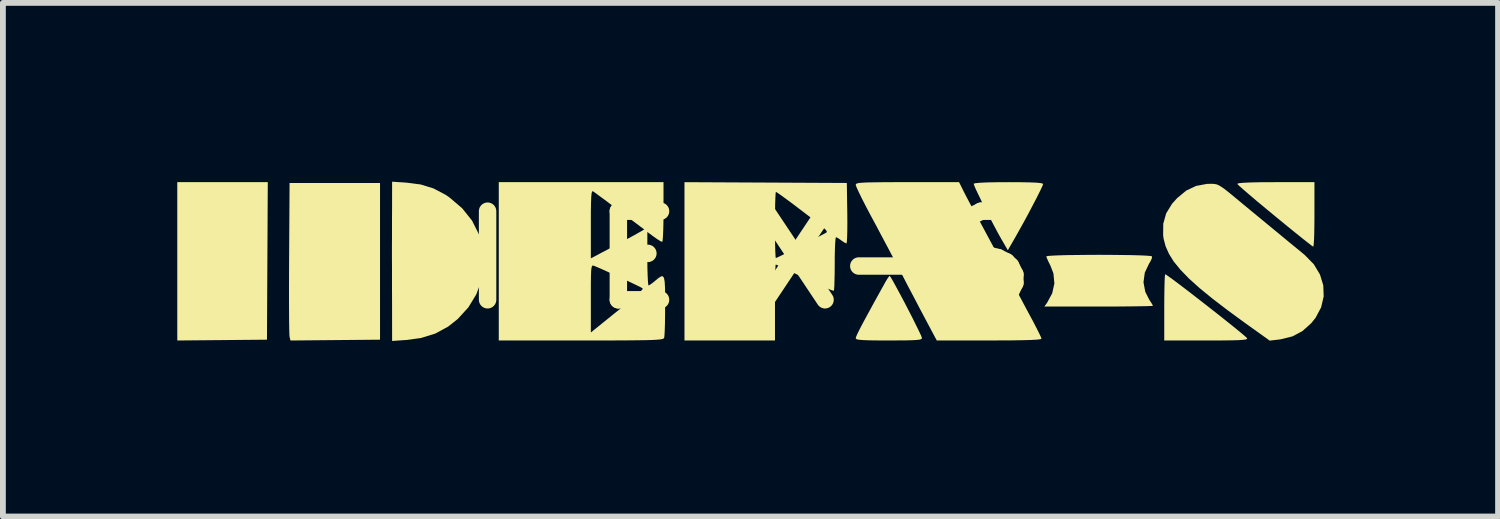
<source format=kicad_pcb>
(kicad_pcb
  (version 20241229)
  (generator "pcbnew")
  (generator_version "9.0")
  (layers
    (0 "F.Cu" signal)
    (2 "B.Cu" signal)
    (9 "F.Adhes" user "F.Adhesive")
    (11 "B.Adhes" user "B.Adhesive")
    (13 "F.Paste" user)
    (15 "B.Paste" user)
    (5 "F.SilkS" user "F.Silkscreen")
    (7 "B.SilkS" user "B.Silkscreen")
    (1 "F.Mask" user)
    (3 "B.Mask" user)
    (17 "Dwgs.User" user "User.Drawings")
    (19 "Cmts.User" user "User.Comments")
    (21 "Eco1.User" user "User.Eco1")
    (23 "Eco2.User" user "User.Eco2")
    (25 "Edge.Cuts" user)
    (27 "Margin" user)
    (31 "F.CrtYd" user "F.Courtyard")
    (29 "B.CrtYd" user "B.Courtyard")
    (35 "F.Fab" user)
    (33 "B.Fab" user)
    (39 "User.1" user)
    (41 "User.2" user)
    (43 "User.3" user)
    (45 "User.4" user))
  (footprint "IDEFX-S"
    (layer "F.Cu")
    (at 9.838 1.418)
    (property "Reference" "IDEFX-S" (at 0 0 0) (layer "F.SilkS") (effects (font (size 1.524 1.524) (thickness 0.3))))
    (attr board_only exclude_from_pos_files exclude_from_bom)
    (fp_poly (pts (xy -8.288 0.021) (xy -8.295 1.376) (xy -9.066 1.383) (xy -9.838 1.39) (xy -9.838 -1.334) (xy -8.281 -1.334)) (stroke (width 0) (type solid)) (fill yes) (layer "F.SilkS"))
    (fp_poly (pts (xy -6.35 1.376) (xy -7.121 1.383) (xy -7.891 1.39) (xy -7.906 1.327) (xy -7.909 1.287) (xy -7.912 1.198) (xy -7.914 1.064) (xy -7.915 0.892) (xy -7.916 0.688) (xy -7.916 0.457) (xy -7.915 0.206) (xy -7.914 -0.028) (xy -7.906 -1.32) (xy -6.35 -1.32)) (stroke (width 0) (type solid)) (fill yes) (layer "F.SilkS"))
    (fp_poly (pts (xy 9.726 -0.778) (xy 9.725 -0.609) (xy 9.723 -0.461) (xy 9.719 -0.342) (xy 9.713 -0.261) (xy 9.707 -0.225) (xy 9.706 -0.224) (xy 9.68 -0.241) (xy 9.616 -0.29) (xy 9.521 -0.365) (xy 9.4 -0.462) (xy 9.257 -0.578) (xy 9.1 -0.707) (xy 9.046 -0.751) (xy 8.885 -0.884) (xy 8.737 -1.007) (xy 8.61 -1.115) (xy 8.508 -1.203) (xy 8.436 -1.266) (xy 8.401 -1.301) (xy 8.398 -1.305) (xy 8.42 -1.315) (xy 8.495 -1.323) (xy 8.623 -1.329) (xy 8.805 -1.333) (xy 9.042 -1.334) (xy 9.057 -1.334) (xy 9.726 -1.334)) (stroke (width 0) (type solid)) (fill yes) (layer "F.SilkS"))
    (fp_poly (pts (xy 4.674 -1.333) (xy 4.835 -1.33) (xy 4.95 -1.325) (xy 5.022 -1.317) (xy 5.055 -1.307) (xy 5.058 -1.302) (xy 5.045 -1.265) (xy 5.009 -1.189) (xy 4.955 -1.081) (xy 4.887 -0.95) (xy 4.81 -0.803) (xy 4.727 -0.65) (xy 4.643 -0.499) (xy 4.576 -0.38) (xy 4.451 -0.163) (xy 4.341 -0.352) (xy 4.287 -0.448) (xy 4.223 -0.568) (xy 4.152 -0.703) (xy 4.08 -0.844) (xy 4.011 -0.982) (xy 3.951 -1.106) (xy 3.902 -1.208) (xy 3.872 -1.278) (xy 3.863 -1.306) (xy 3.89 -1.316) (xy 3.971 -1.324) (xy 4.103 -1.33) (xy 4.284 -1.333) (xy 4.46 -1.334)) (stroke (width 0) (type solid)) (fill yes) (layer "F.SilkS"))
    (fp_poly (pts (xy 7.187 0.267) (xy 7.252 0.313) (xy 7.348 0.384) (xy 7.468 0.475) (xy 7.605 0.58) (xy 7.753 0.695) (xy 7.906 0.814) (xy 8.058 0.933) (xy 8.2 1.046) (xy 8.329 1.149) (xy 8.436 1.236) (xy 8.515 1.302) (xy 8.56 1.343) (xy 8.568 1.351) (xy 8.567 1.363) (xy 8.545 1.372) (xy 8.497 1.379) (xy 8.418 1.384) (xy 8.301 1.387) (xy 8.141 1.389) (xy 7.932 1.389) (xy 7.866 1.389) (xy 7.142 1.389) (xy 7.142 0.82) (xy 7.143 0.649) (xy 7.145 0.498) (xy 7.148 0.376) (xy 7.152 0.292) (xy 7.157 0.252) (xy 7.158 0.25)) (stroke (width 0) (type solid)) (fill yes) (layer "F.SilkS"))
    (fp_poly (pts (xy -5.898 -1.326) (xy -5.649 -1.294) (xy -5.43 -1.226) (xy -5.224 -1.118) (xy -5.155 -1.071) (xy -4.937 -0.885) (xy -4.768 -0.674) (xy -4.649 -0.438) (xy -4.58 -0.18) (xy -4.578 -0.17) (xy -4.564 0.094) (xy -4.603 0.351) (xy -4.693 0.595) (xy -4.83 0.82) (xy -5.013 1.02) (xy -5.178 1.151) (xy -5.399 1.271) (xy -5.65 1.348) (xy -5.898 1.381) (xy -6.142 1.398) (xy -6.143 0.699) (xy -6.144 0.497) (xy -6.144 0.303) (xy -6.144 0.129) (xy -6.145 -0.016) (xy -6.145 -0.122) (xy -6.145 -0.167) (xy -6.145 -0.25) (xy -6.144 -0.376) (xy -6.144 -0.531) (xy -6.144 -0.703) (xy -6.143 -0.838) (xy -6.142 -1.342)) (stroke (width 0) (type solid)) (fill yes) (layer "F.SilkS"))
    (fp_poly (pts (xy 2.436 0.302) (xy 2.474 0.366) (xy 2.527 0.463) (xy 2.592 0.583) (xy 2.664 0.718) (xy 2.737 0.859) (xy 2.808 0.997) (xy 2.871 1.124) (xy 2.923 1.23) (xy 2.959 1.307) (xy 2.973 1.346) (xy 2.974 1.348) (xy 2.967 1.362) (xy 2.942 1.373) (xy 2.893 1.38) (xy 2.813 1.385) (xy 2.694 1.388) (xy 2.531 1.389) (xy 2.404 1.389) (xy 2.209 1.389) (xy 2.063 1.387) (xy 1.959 1.383) (xy 1.891 1.377) (xy 1.852 1.369) (xy 1.836 1.357) (xy 1.834 1.349) (xy 1.842 1.323) (xy 1.865 1.27) (xy 1.906 1.188) (xy 1.967 1.072) (xy 2.05 0.919) (xy 2.155 0.726) (xy 2.286 0.49) (xy 2.346 0.382) (xy 2.384 0.319) (xy 2.412 0.282) (xy 2.418 0.278)) (stroke (width 0) (type solid)) (fill yes) (layer "F.SilkS"))
    (fp_poly (pts (xy 6.215 -0.083) (xy 6.4 -0.081) (xy 6.57 -0.079) (xy 6.716 -0.075) (xy 6.831 -0.07) (xy 6.905 -0.064) (xy 6.932 -0.057) (xy 6.928 -0.021) (xy 6.898 0.041) (xy 6.88 0.069) (xy 6.807 0.223) (xy 6.785 0.388) (xy 6.815 0.551) (xy 6.88 0.681) (xy 6.921 0.745) (xy 6.945 0.786) (xy 6.947 0.793) (xy 6.921 0.796) (xy 6.845 0.799) (xy 6.726 0.801) (xy 6.571 0.803) (xy 6.386 0.805) (xy 6.178 0.806) (xy 6.013 0.806) (xy 5.079 0.806) (xy 5.125 0.743) (xy 5.214 0.579) (xy 5.252 0.408) (xy 5.235 0.235) (xy 5.183 0.1) (xy 5.144 0.022) (xy 5.118 -0.038) (xy 5.113 -0.057) (xy 5.14 -0.064) (xy 5.214 -0.07) (xy 5.328 -0.075) (xy 5.473 -0.079) (xy 5.643 -0.081) (xy 5.828 -0.083) (xy 6.021 -0.084)) (stroke (width 0) (type solid)) (fill yes) (layer "F.SilkS"))
    (fp_poly (pts (xy 8.001 -1.304) (xy 8.05 -1.294) (xy 8.101 -1.269) (xy 8.166 -1.226) (xy 8.254 -1.157) (xy 8.368 -1.063) (xy 8.497 -0.956) (xy 8.652 -0.828) (xy 8.817 -0.692) (xy 8.976 -0.561) (xy 9.033 -0.514) (xy 9.169 -0.402) (xy 9.302 -0.292) (xy 9.422 -0.194) (xy 9.518 -0.115) (xy 9.559 -0.081) (xy 9.715 0.078) (xy 9.821 0.255) (xy 9.878 0.441) (xy 9.885 0.632) (xy 9.841 0.82) (xy 9.745 1) (xy 9.671 1.092) (xy 9.518 1.229) (xy 9.348 1.319) (xy 9.147 1.369) (xy 9.112 1.374) (xy 8.956 1.392) (xy 8.542 1.096) (xy 8.233 0.87) (xy 7.969 0.668) (xy 7.748 0.487) (xy 7.565 0.322) (xy 7.419 0.171) (xy 7.305 0.031) (xy 7.222 -0.103) (xy 7.165 -0.232) (xy 7.131 -0.361) (xy 7.123 -0.421) (xy 7.125 -0.619) (xy 7.175 -0.797) (xy 7.276 -0.962) (xy 7.362 -1.058) (xy 7.52 -1.189) (xy 7.688 -1.269) (xy 7.876 -1.304) (xy 7.947 -1.306)) (stroke (width 0) (type solid)) (fill yes) (layer "F.SilkS"))
    (fp_poly (pts (xy 3.713 -1.132) (xy 3.776 -1.011) (xy 3.852 -0.868) (xy 3.928 -0.729) (xy 3.947 -0.695) (xy 4.003 -0.594) (xy 4.077 -0.456) (xy 4.164 -0.294) (xy 4.256 -0.122) (xy 4.342 0.042) (xy 4.441 0.229) (xy 4.549 0.433) (xy 4.657 0.635) (xy 4.755 0.819) (xy 4.817 0.935) (xy 4.89 1.07) (xy 4.951 1.189) (xy 4.998 1.283) (xy 5.025 1.342) (xy 5.03 1.359) (xy 5.011 1.368) (xy 4.952 1.375) (xy 4.85 1.381) (xy 4.702 1.385) (xy 4.506 1.388) (xy 4.258 1.389) (xy 4.129 1.389) (xy 3.228 1.389) (xy 3.069 1.091) (xy 3.006 0.972) (xy 2.924 0.817) (xy 2.831 0.639) (xy 2.732 0.452) (xy 2.637 0.268) (xy 2.627 0.25) (xy 2.522 0.05) (xy 2.406 -0.172) (xy 2.286 -0.397) (xy 2.175 -0.607) (xy 2.089 -0.766) (xy 2.01 -0.916) (xy 1.941 -1.051) (xy 1.886 -1.164) (xy 1.849 -1.245) (xy 1.834 -1.286) (xy 1.834 -1.287) (xy 1.838 -1.3) (xy 1.853 -1.311) (xy 1.885 -1.319) (xy 1.939 -1.324) (xy 2.022 -1.329) (xy 2.138 -1.331) (xy 2.293 -1.333) (xy 2.494 -1.334) (xy 2.723 -1.334) (xy 3.612 -1.334)) (stroke (width 0) (type solid)) (fill yes) (layer "F.SilkS"))
    (fp_poly (pts (xy 0.285 -1.327) (xy 1.681 -1.32) (xy 1.689 -0.799) (xy 1.69 -0.636) (xy 1.689 -0.494) (xy 1.686 -0.381) (xy 1.681 -0.306) (xy 1.675 -0.279) (xy 1.675 -0.279) (xy 1.64 -0.295) (xy 1.585 -0.332) (xy 1.584 -0.333) (xy 1.529 -0.372) (xy 1.494 -0.388) (xy 1.494 -0.388) (xy 1.487 -0.362) (xy 1.481 -0.29) (xy 1.476 -0.18) (xy 1.473 -0.043) (xy 1.473 0.065) (xy 1.472 0.218) (xy 1.469 0.351) (xy 1.466 0.454) (xy 1.461 0.518) (xy 1.457 0.534) (xy 1.429 0.528) (xy 1.358 0.5) (xy 1.253 0.455) (xy 1.122 0.395) (xy 0.973 0.325) (xy 0.957 0.317) (xy 0.806 0.245) (xy 0.673 0.181) (xy 0.566 0.131) (xy 0.492 0.097) (xy 0.459 0.083) (xy 0.458 0.083) (xy 0.454 0.11) (xy 0.451 0.184) (xy 0.448 0.299) (xy 0.446 0.446) (xy 0.445 0.618) (xy 0.445 0.736) (xy 0.445 1.389) (xy -1.112 1.389) (xy -1.112 -0.597) (xy 0.445 -0.597) (xy 0.445 -0.426) (xy 0.447 -0.276) (xy 0.45 -0.154) (xy 0.454 -0.069) (xy 0.458 -0.03) (xy 0.459 -0.028) (xy 0.487 -0.04) (xy 0.557 -0.073) (xy 0.658 -0.123) (xy 0.784 -0.185) (xy 0.883 -0.235) (xy 1.022 -0.306) (xy 1.146 -0.369) (xy 1.244 -0.421) (xy 1.308 -0.455) (xy 1.328 -0.466) (xy 1.337 -0.477) (xy 1.334 -0.492) (xy 1.316 -0.516) (xy 1.277 -0.553) (xy 1.213 -0.606) (xy 1.119 -0.679) (xy 0.992 -0.777) (xy 0.826 -0.903) (xy 0.754 -0.958) (xy 0.647 -1.037) (xy 0.557 -1.103) (xy 0.492 -1.148) (xy 0.461 -1.167) (xy 0.46 -1.167) (xy 0.456 -1.141) (xy 0.452 -1.067) (xy 0.448 -0.954) (xy 0.446 -0.81) (xy 0.445 -0.644) (xy 0.445 -0.597) (xy -1.112 -0.597) (xy -1.112 -1.334)) (stroke (width 0) (type solid)) (fill yes) (layer "F.SilkS"))
    (fp_poly (pts (xy -1.473 -0.82) (xy -1.474 -0.658) (xy -1.477 -0.517) (xy -1.482 -0.405) (xy -1.488 -0.332) (xy -1.495 -0.306) (xy -1.529 -0.321) (xy -1.59 -0.36) (xy -1.634 -0.391) (xy -1.751 -0.477) (xy -1.751 -0.016) (xy -1.75 0.137) (xy -1.746 0.268) (xy -1.741 0.369) (xy -1.735 0.429) (xy -1.73 0.444) (xy -1.698 0.426) (xy -1.641 0.384) (xy -1.613 0.36) (xy -1.557 0.314) (xy -1.515 0.287) (xy -1.485 0.285) (xy -1.465 0.313) (xy -1.453 0.377) (xy -1.447 0.482) (xy -1.445 0.633) (xy -1.445 0.79) (xy -1.446 0.955) (xy -1.448 1.103) (xy -1.452 1.224) (xy -1.457 1.309) (xy -1.462 1.346) (xy -1.47 1.355) (xy -1.49 1.364) (xy -1.525 1.371) (xy -1.581 1.376) (xy -1.661 1.381) (xy -1.77 1.384) (xy -1.913 1.386) (xy -2.094 1.388) (xy -2.317 1.389) (xy -2.587 1.389) (xy -2.893 1.389) (xy -4.307 1.389) (xy -4.307 1.252) (xy -2.723 1.252) (xy -2.49 1.064) (xy -2.36 0.959) (xy -2.214 0.842) (xy -2.078 0.731) (xy -2.033 0.695) (xy -1.942 0.618) (xy -1.874 0.554) (xy -1.835 0.509) (xy -1.83 0.494) (xy -1.86 0.477) (xy -1.93 0.442) (xy -2.03 0.394) (xy -2.149 0.338) (xy -2.277 0.279) (xy -2.404 0.221) (xy -2.519 0.169) (xy -2.611 0.129) (xy -2.671 0.104) (xy -2.675 0.103) (xy -2.691 0.1) (xy -2.703 0.11) (xy -2.712 0.14) (xy -2.718 0.196) (xy -2.721 0.284) (xy -2.723 0.413) (xy -2.723 0.587) (xy -2.723 0.669) (xy -2.723 1.252) (xy -4.307 1.252) (xy -4.307 -0.023) (xy -2.723 -0.023) (xy -2.383 -0.203) (xy -2.247 -0.276) (xy -2.117 -0.346) (xy -2.007 -0.405) (xy -1.931 -0.447) (xy -1.923 -0.452) (xy -1.804 -0.52) (xy -2.229 -0.839) (xy -2.364 -0.94) (xy -2.484 -1.03) (xy -2.584 -1.103) (xy -2.654 -1.155) (xy -2.688 -1.178) (xy -2.689 -1.178) (xy -2.701 -1.174) (xy -2.71 -1.142) (xy -2.716 -1.077) (xy -2.72 -0.972) (xy -2.723 -0.824) (xy -2.723 -0.626) (xy -2.723 -0.611) (xy -2.723 -0.023) (xy -4.307 -0.023) (xy -4.307 -1.334) (xy -1.473 -1.334)) (stroke (width 0) (type solid)) (fill yes) (layer "F.SilkS")))
  (gr_rect
    (start -3 -3)
    (end 22.723 5.836)
    (stroke (width 0.1) (type default))
    (fill no)
    (layer "Edge.Cuts")))
</source>
